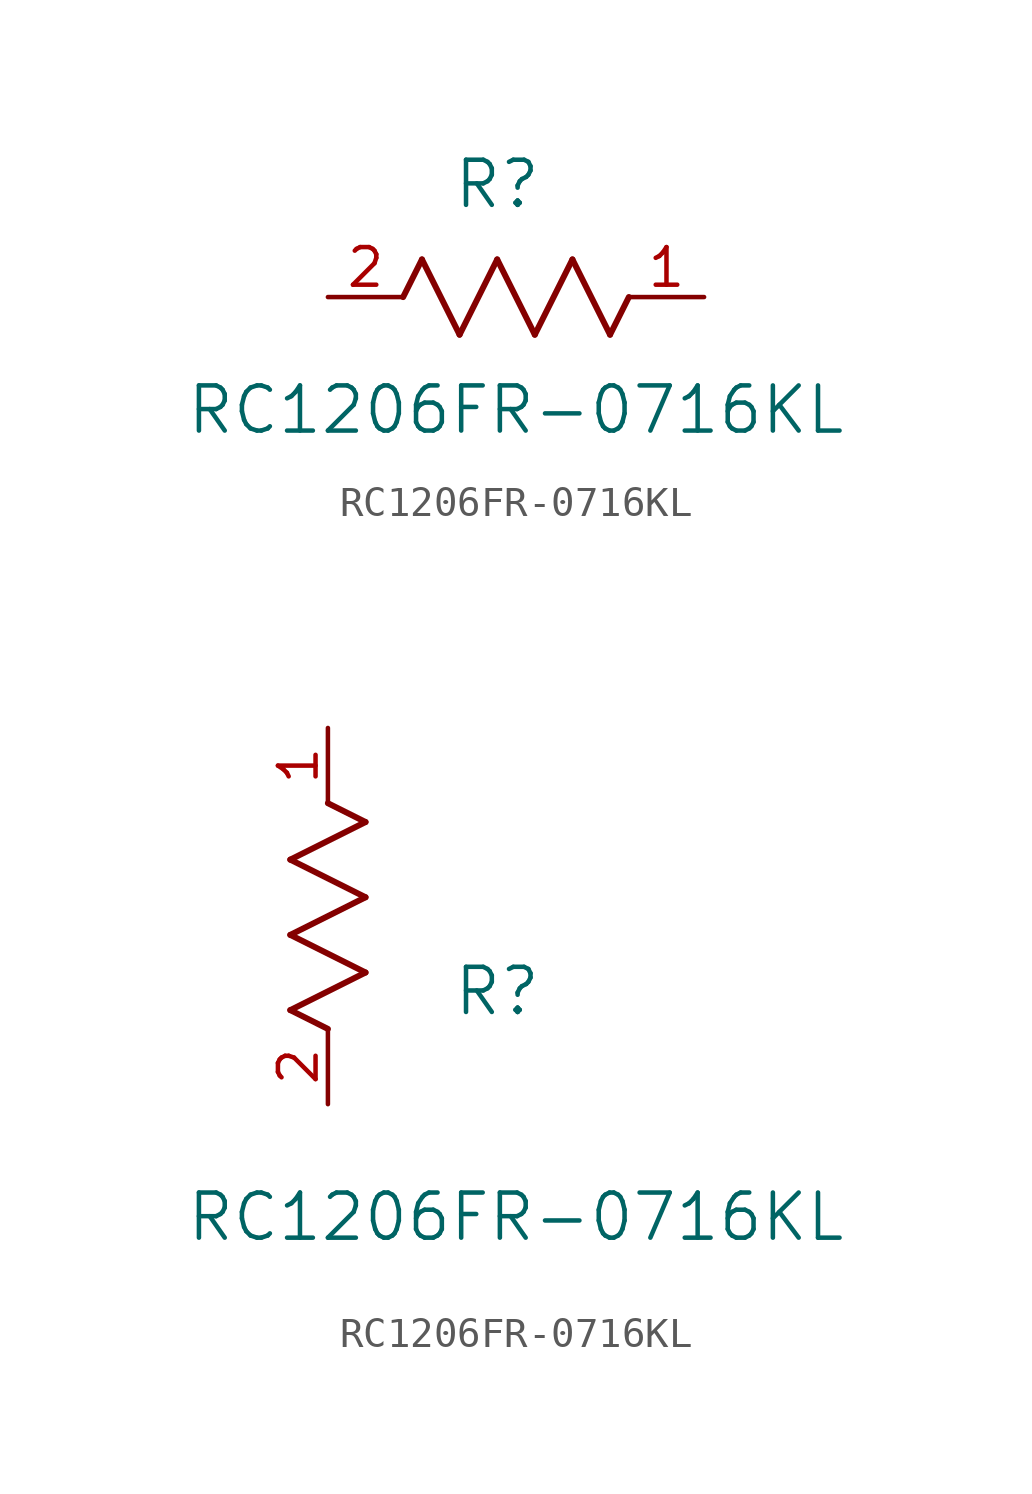
<source format=kicad_sym>
(kicad_symbol_lib
  (version 20211014)
  (generator kicad_symbol_editor)
  (symbol "RC1206FR-0716KL"
    (pin_names
      (offset 0.254))
    (property "Reference" "R"
      (at 5.715 3.81 0)
      (effects (font (size 1.524 1.524))))
    (property "Value" "RC1206FR-0716KL"
      (at 6.35 -3.81 0)
      (effects (font (size 1.524 1.524))))
    (symbol "RC1206FR-0716KL_1_1"
      (polyline (pts (xy 3.175 1.27) (xy 4.445 -1.27)) (stroke (width 0.203) (type default) (color 0 0 0 0)) (fill (type none)))
      (polyline (pts (xy 4.445 -1.27) (xy 5.715 1.27)) (stroke (width 0.203) (type default) (color 0 0 0 0)) (fill (type none)))
      (polyline (pts (xy 5.715 1.27) (xy 6.985 -1.27)) (stroke (width 0.203) (type default) (color 0 0 0 0)) (fill (type none)))
      (polyline (pts (xy 6.985 -1.27) (xy 8.255 1.27)) (stroke (width 0.203) (type default) (color 0 0 0 0)) (fill (type none)))
      (polyline (pts (xy 8.255 1.27) (xy 9.525 -1.27)) (stroke (width 0.203) (type default) (color 0 0 0 0)) (fill (type none)))
      (polyline (pts (xy 2.54 0) (xy 3.175 1.27)) (stroke (width 0.203) (type default) (color 0 0 0 0)) (fill (type none)))
      (polyline (pts (xy 9.525 -1.27) (xy 10.16 0)) (stroke (width 0.203) (type default) (color 0 0 0 0)) (fill (type none)))
      (pin unspecified line (at 12.7 0 180) (length 2.54) (name "" (effects (font (size 1.27 1.27)))) (number "1" (effects (font (size 1.27 1.27)))))
      (pin unspecified line (at 0 0 0) (length 2.54) (name "" (effects (font (size 1.27 1.27)))) (number "2" (effects (font (size 1.27 1.27))))))
    (symbol "RC1206FR-0716KL_1_2"
      (polyline (pts (xy 0 2.54) (xy -1.27 3.175)) (stroke (width 0.203) (type default) (color 0 0 0 0)) (fill (type none)))
      (polyline (pts (xy -1.27 3.175) (xy 1.27 4.445)) (stroke (width 0.203) (type default) (color 0 0 0 0)) (fill (type none)))
      (polyline (pts (xy 1.27 4.445) (xy -1.27 5.715)) (stroke (width 0.203) (type default) (color 0 0 0 0)) (fill (type none)))
      (polyline (pts (xy -1.27 5.715) (xy 1.27 6.985)) (stroke (width 0.203) (type default) (color 0 0 0 0)) (fill (type none)))
      (polyline (pts (xy -1.27 8.255) (xy 1.27 9.525)) (stroke (width 0.203) (type default) (color 0 0 0 0)) (fill (type none)))
      (polyline (pts (xy 1.27 9.525) (xy 0 10.16)) (stroke (width 0.203) (type default) (color 0 0 0 0)) (fill (type none)))
      (polyline (pts (xy 1.27 6.985) (xy -1.27 8.255)) (stroke (width 0.203) (type default) (color 0 0 0 0)) (fill (type none)))
      (pin unspecified line (at 0 12.7 270) (length 2.54) (name "" (effects (font (size 1.27 1.27)))) (number "1" (effects (font (size 1.27 1.27)))))
      (pin unspecified line (at 0 0 90) (length 2.54) (name "" (effects (font (size 1.27 1.27)))) (number "2" (effects (font (size 1.27 1.27))))))))
</source>
